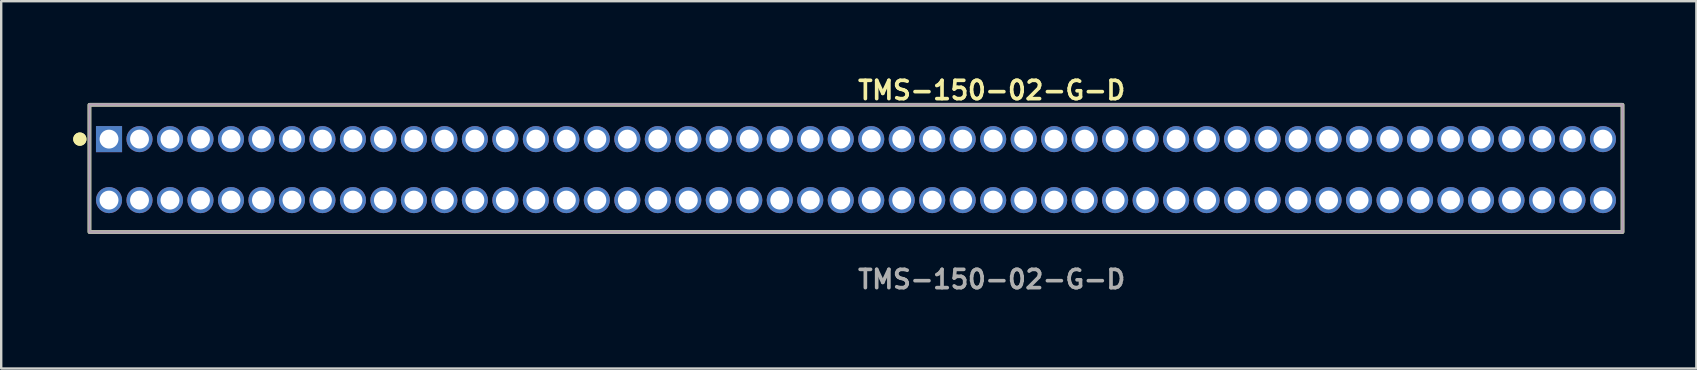
<source format=kicad_pcb>
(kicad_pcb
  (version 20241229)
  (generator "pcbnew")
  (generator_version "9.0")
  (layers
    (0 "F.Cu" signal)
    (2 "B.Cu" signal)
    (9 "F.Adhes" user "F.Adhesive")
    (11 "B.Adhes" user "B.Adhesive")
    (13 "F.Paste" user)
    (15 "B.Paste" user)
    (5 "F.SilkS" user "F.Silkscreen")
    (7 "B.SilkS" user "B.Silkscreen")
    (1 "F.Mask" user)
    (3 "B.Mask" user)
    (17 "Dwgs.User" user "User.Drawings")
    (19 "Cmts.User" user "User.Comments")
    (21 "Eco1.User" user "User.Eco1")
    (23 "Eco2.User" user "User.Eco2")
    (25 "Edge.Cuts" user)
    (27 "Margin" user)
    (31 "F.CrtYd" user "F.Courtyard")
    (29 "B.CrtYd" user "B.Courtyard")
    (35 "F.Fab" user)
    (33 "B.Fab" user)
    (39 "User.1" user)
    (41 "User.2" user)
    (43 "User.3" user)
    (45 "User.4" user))
  (footprint "TMS-150-02-G-D"
    (layer "F.Cu")
    (at 32.606 4.015)
    (property "Reference" "TMS-150-02-G-D" (at 0 -3.302 0) (unlocked yes) (layer "F.SilkS") (effects (font (size 0.762 0.762) (thickness 0.152)) (justify left)))
    (fp_rect (start -31.93 2.6) (end 31.93 -2.7) (stroke (width 0.152) (type solid)) (fill no) (layer "F.SilkS"))
    (fp_circle (center -32.33 -1.27) (end -32.53 -1.27) (stroke (width 0.152) (type solid)) (fill yes) (layer "F.SilkS"))
    (fp_circle (center -32.33 -1.27) (end -32.53 -1.27) (stroke (width 0.152) (type solid)) (fill yes) (layer "F.SilkS"))
    (fp_rect (start -31.93 2.6) (end 31.93 -2.7) (stroke (width 0.006) (type solid)) (fill no) (layer "F.CrtYd"))
    (fp_rect (start -31.93 2.6) (end 31.93 -2.7) (stroke (width 0.152) (type solid)) (fill no) (layer "F.Fab"))
    (fp_text user "${REFERENCE}" (at 0 4.572 0) (unlocked yes) (layer "F.Fab") (effects (font (size 0.762 0.762) (thickness 0.152)) (justify left)))
    (pad "1" thru_hole rect (at -31.115 -1.27) (size 1.087 1.087) (drill 0.787) (layers "*.Cu" "*.Mask"))
    (pad "2" thru_hole circle (at -31.115 1.27) (size 1.087 1.087) (drill 0.787) (layers "*.Cu" "*.Mask"))
    (pad "3" thru_hole circle (at -29.845 -1.27) (size 1.087 1.087) (drill 0.787) (layers "*.Cu" "*.Mask"))
    (pad "4" thru_hole circle (at -29.845 1.27) (size 1.087 1.087) (drill 0.787) (layers "*.Cu" "*.Mask"))
    (pad "5" thru_hole circle (at -28.575 -1.27) (size 1.087 1.087) (drill 0.787) (layers "*.Cu" "*.Mask"))
    (pad "6" thru_hole circle (at -28.575 1.27) (size 1.087 1.087) (drill 0.787) (layers "*.Cu" "*.Mask"))
    (pad "7" thru_hole circle (at -27.305 -1.27) (size 1.087 1.087) (drill 0.787) (layers "*.Cu" "*.Mask"))
    (pad "8" thru_hole circle (at -27.305 1.27) (size 1.087 1.087) (drill 0.787) (layers "*.Cu" "*.Mask"))
    (pad "9" thru_hole circle (at -26.035 -1.27) (size 1.087 1.087) (drill 0.787) (layers "*.Cu" "*.Mask"))
    (pad "10" thru_hole circle (at -26.035 1.27) (size 1.087 1.087) (drill 0.787) (layers "*.Cu" "*.Mask"))
    (pad "11" thru_hole circle (at -24.765 -1.27) (size 1.087 1.087) (drill 0.787) (layers "*.Cu" "*.Mask"))
    (pad "12" thru_hole circle (at -24.765 1.27) (size 1.087 1.087) (drill 0.787) (layers "*.Cu" "*.Mask"))
    (pad "13" thru_hole circle (at -23.495 -1.27) (size 1.087 1.087) (drill 0.787) (layers "*.Cu" "*.Mask"))
    (pad "14" thru_hole circle (at -23.495 1.27) (size 1.087 1.087) (drill 0.787) (layers "*.Cu" "*.Mask"))
    (pad "15" thru_hole circle (at -22.225 -1.27) (size 1.087 1.087) (drill 0.787) (layers "*.Cu" "*.Mask"))
    (pad "16" thru_hole circle (at -22.225 1.27) (size 1.087 1.087) (drill 0.787) (layers "*.Cu" "*.Mask"))
    (pad "17" thru_hole circle (at -20.955 -1.27) (size 1.087 1.087) (drill 0.787) (layers "*.Cu" "*.Mask"))
    (pad "18" thru_hole circle (at -20.955 1.27) (size 1.087 1.087) (drill 0.787) (layers "*.Cu" "*.Mask"))
    (pad "19" thru_hole circle (at -19.685 -1.27) (size 1.087 1.087) (drill 0.787) (layers "*.Cu" "*.Mask"))
    (pad "20" thru_hole circle (at -19.685 1.27) (size 1.087 1.087) (drill 0.787) (layers "*.Cu" "*.Mask"))
    (pad "21" thru_hole circle (at -18.415 -1.27) (size 1.087 1.087) (drill 0.787) (layers "*.Cu" "*.Mask"))
    (pad "22" thru_hole circle (at -18.415 1.27) (size 1.087 1.087) (drill 0.787) (layers "*.Cu" "*.Mask"))
    (pad "23" thru_hole circle (at -17.145 -1.27) (size 1.087 1.087) (drill 0.787) (layers "*.Cu" "*.Mask"))
    (pad "24" thru_hole circle (at -17.145 1.27) (size 1.087 1.087) (drill 0.787) (layers "*.Cu" "*.Mask"))
    (pad "25" thru_hole circle (at -15.875 -1.27) (size 1.087 1.087) (drill 0.787) (layers "*.Cu" "*.Mask"))
    (pad "26" thru_hole circle (at -15.875 1.27) (size 1.087 1.087) (drill 0.787) (layers "*.Cu" "*.Mask"))
    (pad "27" thru_hole circle (at -14.605 -1.27) (size 1.087 1.087) (drill 0.787) (layers "*.Cu" "*.Mask"))
    (pad "28" thru_hole circle (at -14.605 1.27) (size 1.087 1.087) (drill 0.787) (layers "*.Cu" "*.Mask"))
    (pad "29" thru_hole circle (at -13.335 -1.27) (size 1.087 1.087) (drill 0.787) (layers "*.Cu" "*.Mask"))
    (pad "30" thru_hole circle (at -13.335 1.27) (size 1.087 1.087) (drill 0.787) (layers "*.Cu" "*.Mask"))
    (pad "31" thru_hole circle (at -12.065 -1.27) (size 1.087 1.087) (drill 0.787) (layers "*.Cu" "*.Mask"))
    (pad "32" thru_hole circle (at -12.065 1.27) (size 1.087 1.087) (drill 0.787) (layers "*.Cu" "*.Mask"))
    (pad "33" thru_hole circle (at -10.795 -1.27) (size 1.087 1.087) (drill 0.787) (layers "*.Cu" "*.Mask"))
    (pad "34" thru_hole circle (at -10.795 1.27) (size 1.087 1.087) (drill 0.787) (layers "*.Cu" "*.Mask"))
    (pad "35" thru_hole circle (at -9.525 -1.27) (size 1.087 1.087) (drill 0.787) (layers "*.Cu" "*.Mask"))
    (pad "36" thru_hole circle (at -9.525 1.27) (size 1.087 1.087) (drill 0.787) (layers "*.Cu" "*.Mask"))
    (pad "37" thru_hole circle (at -8.255 -1.27) (size 1.087 1.087) (drill 0.787) (layers "*.Cu" "*.Mask"))
    (pad "38" thru_hole circle (at -8.255 1.27) (size 1.087 1.087) (drill 0.787) (layers "*.Cu" "*.Mask"))
    (pad "39" thru_hole circle (at -6.985 -1.27) (size 1.087 1.087) (drill 0.787) (layers "*.Cu" "*.Mask"))
    (pad "40" thru_hole circle (at -6.985 1.27) (size 1.087 1.087) (drill 0.787) (layers "*.Cu" "*.Mask"))
    (pad "41" thru_hole circle (at -5.715 -1.27) (size 1.087 1.087) (drill 0.787) (layers "*.Cu" "*.Mask"))
    (pad "42" thru_hole circle (at -5.715 1.27) (size 1.087 1.087) (drill 0.787) (layers "*.Cu" "*.Mask"))
    (pad "43" thru_hole circle (at -4.445 -1.27) (size 1.087 1.087) (drill 0.787) (layers "*.Cu" "*.Mask"))
    (pad "44" thru_hole circle (at -4.445 1.27) (size 1.087 1.087) (drill 0.787) (layers "*.Cu" "*.Mask"))
    (pad "45" thru_hole circle (at -3.175 -1.27) (size 1.087 1.087) (drill 0.787) (layers "*.Cu" "*.Mask"))
    (pad "46" thru_hole circle (at -3.175 1.27) (size 1.087 1.087) (drill 0.787) (layers "*.Cu" "*.Mask"))
    (pad "47" thru_hole circle (at -1.905 -1.27) (size 1.087 1.087) (drill 0.787) (layers "*.Cu" "*.Mask"))
    (pad "48" thru_hole circle (at -1.905 1.27) (size 1.087 1.087) (drill 0.787) (layers "*.Cu" "*.Mask"))
    (pad "49" thru_hole circle (at -0.635 -1.27) (size 1.087 1.087) (drill 0.787) (layers "*.Cu" "*.Mask"))
    (pad "50" thru_hole circle (at -0.635 1.27) (size 1.087 1.087) (drill 0.787) (layers "*.Cu" "*.Mask"))
    (pad "51" thru_hole circle (at 0.635 -1.27) (size 1.087 1.087) (drill 0.787) (layers "*.Cu" "*.Mask"))
    (pad "52" thru_hole circle (at 0.635 1.27) (size 1.087 1.087) (drill 0.787) (layers "*.Cu" "*.Mask"))
    (pad "53" thru_hole circle (at 1.905 -1.27) (size 1.087 1.087) (drill 0.787) (layers "*.Cu" "*.Mask"))
    (pad "54" thru_hole circle (at 1.905 1.27) (size 1.087 1.087) (drill 0.787) (layers "*.Cu" "*.Mask"))
    (pad "55" thru_hole circle (at 3.175 -1.27) (size 1.087 1.087) (drill 0.787) (layers "*.Cu" "*.Mask"))
    (pad "56" thru_hole circle (at 3.175 1.27) (size 1.087 1.087) (drill 0.787) (layers "*.Cu" "*.Mask"))
    (pad "57" thru_hole circle (at 4.445 -1.27) (size 1.087 1.087) (drill 0.787) (layers "*.Cu" "*.Mask"))
    (pad "58" thru_hole circle (at 4.445 1.27) (size 1.087 1.087) (drill 0.787) (layers "*.Cu" "*.Mask"))
    (pad "59" thru_hole circle (at 5.715 -1.27) (size 1.087 1.087) (drill 0.787) (layers "*.Cu" "*.Mask"))
    (pad "60" thru_hole circle (at 5.715 1.27) (size 1.087 1.087) (drill 0.787) (layers "*.Cu" "*.Mask"))
    (pad "61" thru_hole circle (at 6.985 -1.27) (size 1.087 1.087) (drill 0.787) (layers "*.Cu" "*.Mask"))
    (pad "62" thru_hole circle (at 6.985 1.27) (size 1.087 1.087) (drill 0.787) (layers "*.Cu" "*.Mask"))
    (pad "63" thru_hole circle (at 8.255 -1.27) (size 1.087 1.087) (drill 0.787) (layers "*.Cu" "*.Mask"))
    (pad "64" thru_hole circle (at 8.255 1.27) (size 1.087 1.087) (drill 0.787) (layers "*.Cu" "*.Mask"))
    (pad "65" thru_hole circle (at 9.525 -1.27) (size 1.087 1.087) (drill 0.787) (layers "*.Cu" "*.Mask"))
    (pad "66" thru_hole circle (at 9.525 1.27) (size 1.087 1.087) (drill 0.787) (layers "*.Cu" "*.Mask"))
    (pad "67" thru_hole circle (at 10.795 -1.27) (size 1.087 1.087) (drill 0.787) (layers "*.Cu" "*.Mask"))
    (pad "68" thru_hole circle (at 10.795 1.27) (size 1.087 1.087) (drill 0.787) (layers "*.Cu" "*.Mask"))
    (pad "69" thru_hole circle (at 12.065 -1.27) (size 1.087 1.087) (drill 0.787) (layers "*.Cu" "*.Mask"))
    (pad "70" thru_hole circle (at 12.065 1.27) (size 1.087 1.087) (drill 0.787) (layers "*.Cu" "*.Mask"))
    (pad "71" thru_hole circle (at 13.335 -1.27) (size 1.087 1.087) (drill 0.787) (layers "*.Cu" "*.Mask"))
    (pad "72" thru_hole circle (at 13.335 1.27) (size 1.087 1.087) (drill 0.787) (layers "*.Cu" "*.Mask"))
    (pad "73" thru_hole circle (at 14.605 -1.27) (size 1.087 1.087) (drill 0.787) (layers "*.Cu" "*.Mask"))
    (pad "74" thru_hole circle (at 14.605 1.27) (size 1.087 1.087) (drill 0.787) (layers "*.Cu" "*.Mask"))
    (pad "75" thru_hole circle (at 15.875 -1.27) (size 1.087 1.087) (drill 0.787) (layers "*.Cu" "*.Mask"))
    (pad "76" thru_hole circle (at 15.875 1.27) (size 1.087 1.087) (drill 0.787) (layers "*.Cu" "*.Mask"))
    (pad "77" thru_hole circle (at 17.145 -1.27) (size 1.087 1.087) (drill 0.787) (layers "*.Cu" "*.Mask"))
    (pad "78" thru_hole circle (at 17.145 1.27) (size 1.087 1.087) (drill 0.787) (layers "*.Cu" "*.Mask"))
    (pad "79" thru_hole circle (at 18.415 -1.27) (size 1.087 1.087) (drill 0.787) (layers "*.Cu" "*.Mask"))
    (pad "80" thru_hole circle (at 18.415 1.27) (size 1.087 1.087) (drill 0.787) (layers "*.Cu" "*.Mask"))
    (pad "81" thru_hole circle (at 19.685 -1.27) (size 1.087 1.087) (drill 0.787) (layers "*.Cu" "*.Mask"))
    (pad "82" thru_hole circle (at 19.685 1.27) (size 1.087 1.087) (drill 0.787) (layers "*.Cu" "*.Mask"))
    (pad "83" thru_hole circle (at 20.955 -1.27) (size 1.087 1.087) (drill 0.787) (layers "*.Cu" "*.Mask"))
    (pad "84" thru_hole circle (at 20.955 1.27) (size 1.087 1.087) (drill 0.787) (layers "*.Cu" "*.Mask"))
    (pad "85" thru_hole circle (at 22.225 -1.27) (size 1.087 1.087) (drill 0.787) (layers "*.Cu" "*.Mask"))
    (pad "86" thru_hole circle (at 22.225 1.27) (size 1.087 1.087) (drill 0.787) (layers "*.Cu" "*.Mask"))
    (pad "87" thru_hole circle (at 23.495 -1.27) (size 1.087 1.087) (drill 0.787) (layers "*.Cu" "*.Mask"))
    (pad "88" thru_hole circle (at 23.495 1.27) (size 1.087 1.087) (drill 0.787) (layers "*.Cu" "*.Mask"))
    (pad "89" thru_hole circle (at 24.765 -1.27) (size 1.087 1.087) (drill 0.787) (layers "*.Cu" "*.Mask"))
    (pad "90" thru_hole circle (at 24.765 1.27) (size 1.087 1.087) (drill 0.787) (layers "*.Cu" "*.Mask"))
    (pad "91" thru_hole circle (at 26.035 -1.27) (size 1.087 1.087) (drill 0.787) (layers "*.Cu" "*.Mask"))
    (pad "92" thru_hole circle (at 26.035 1.27) (size 1.087 1.087) (drill 0.787) (layers "*.Cu" "*.Mask"))
    (pad "93" thru_hole circle (at 27.305 -1.27) (size 1.087 1.087) (drill 0.787) (layers "*.Cu" "*.Mask"))
    (pad "94" thru_hole circle (at 27.305 1.27) (size 1.087 1.087) (drill 0.787) (layers "*.Cu" "*.Mask"))
    (pad "95" thru_hole circle (at 28.575 -1.27) (size 1.087 1.087) (drill 0.787) (layers "*.Cu" "*.Mask"))
    (pad "96" thru_hole circle (at 28.575 1.27) (size 1.087 1.087) (drill 0.787) (layers "*.Cu" "*.Mask"))
    (pad "97" thru_hole circle (at 29.845 -1.27) (size 1.087 1.087) (drill 0.787) (layers "*.Cu" "*.Mask"))
    (pad "98" thru_hole circle (at 29.845 1.27) (size 1.087 1.087) (drill 0.787) (layers "*.Cu" "*.Mask"))
    (pad "99" thru_hole circle (at 31.115 -1.27) (size 1.087 1.087) (drill 0.787) (layers "*.Cu" "*.Mask"))
    (pad "100" thru_hole circle (at 31.115 1.27) (size 1.087 1.087) (drill 0.787) (layers "*.Cu" "*.Mask")))
  (gr_rect
    (start -3 -3)
    (end 67.612 12.3)
    (stroke (width 0.1) (type default))
    (fill no)
    (layer "Edge.Cuts")))
</source>
